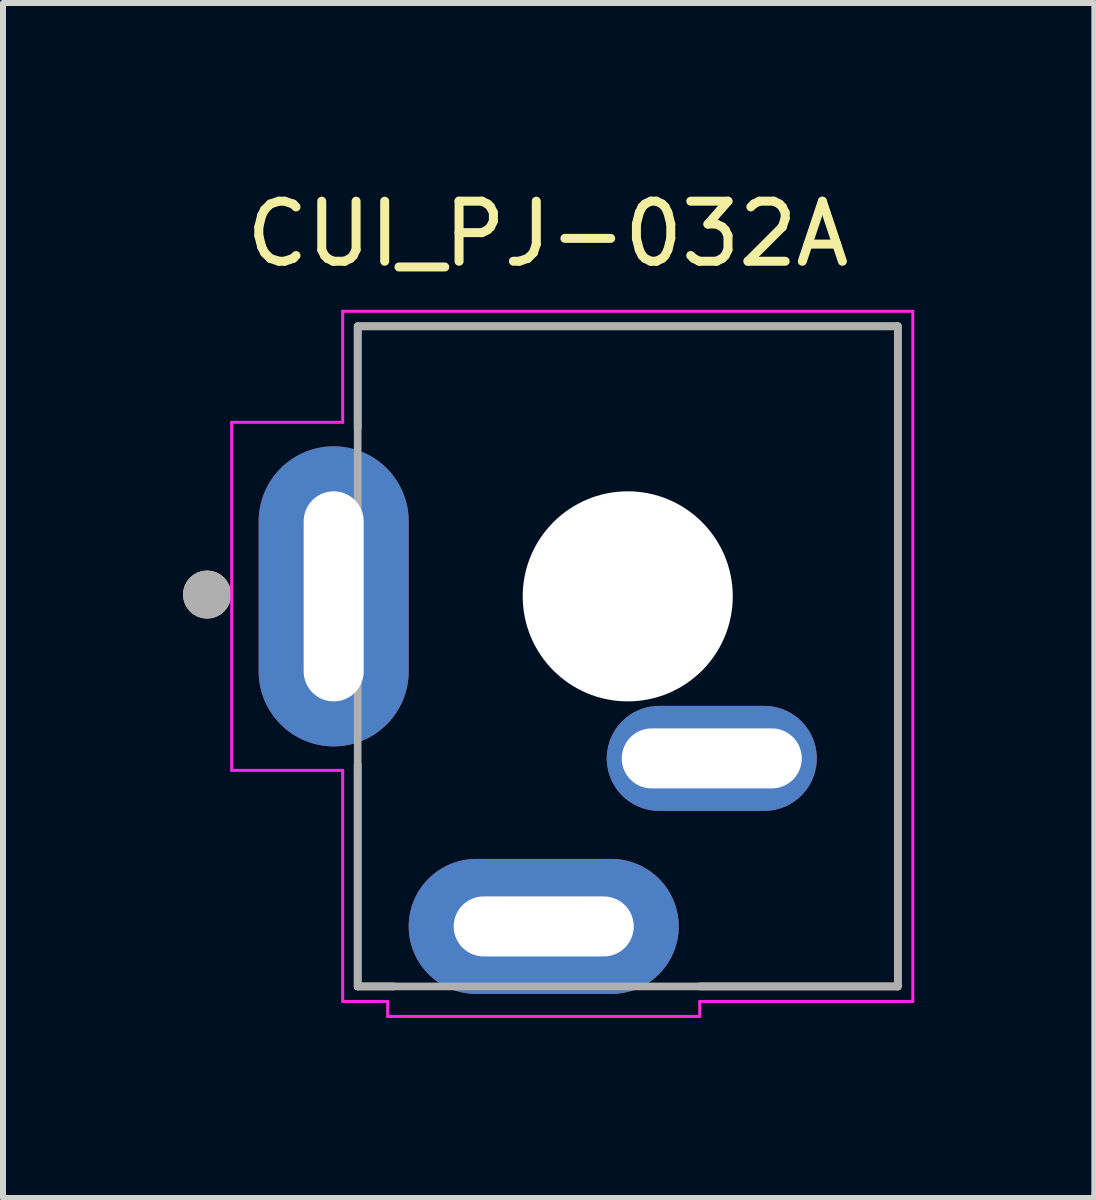
<source format=kicad_pcb>
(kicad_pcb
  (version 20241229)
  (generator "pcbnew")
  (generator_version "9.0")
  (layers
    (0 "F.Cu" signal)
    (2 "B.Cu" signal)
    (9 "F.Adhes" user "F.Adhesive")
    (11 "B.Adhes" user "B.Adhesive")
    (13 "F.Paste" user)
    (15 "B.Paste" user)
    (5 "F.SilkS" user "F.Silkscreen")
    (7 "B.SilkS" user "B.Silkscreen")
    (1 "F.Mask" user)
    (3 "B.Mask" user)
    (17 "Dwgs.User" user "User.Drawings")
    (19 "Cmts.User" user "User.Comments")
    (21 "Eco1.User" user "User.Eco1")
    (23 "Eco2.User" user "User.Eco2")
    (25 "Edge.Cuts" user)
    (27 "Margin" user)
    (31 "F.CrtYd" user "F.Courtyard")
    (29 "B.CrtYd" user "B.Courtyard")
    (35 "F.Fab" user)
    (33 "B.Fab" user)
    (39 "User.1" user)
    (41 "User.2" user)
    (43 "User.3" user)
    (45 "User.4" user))
  (footprint "CUI_PJ-032A"
    (layer "F.Cu")
    (at 7.41 6.887)
    (property "Reference" "CUI_PJ-032A" (at -1.333 -6.039 0) (layer "F.SilkS") (effects (font (size 1.001 1.001) (thickness 0.15))))
    (attr through_hole)
    (fp_line (start -4.5 -4.5) (end 4.5 -4.5) (stroke (width 0.127) (type solid)) (layer "F.SilkS"))
    (fp_line (start -4.5 -2.8) (end -4.5 -4.5) (stroke (width 0.127) (type solid)) (layer "F.SilkS"))
    (fp_line (start -4.5 6.5) (end -4.5 2.8) (stroke (width 0.127) (type solid)) (layer "F.SilkS"))
    (fp_line (start -3.9 6.5) (end -4.5 6.5) (stroke (width 0.127) (type solid)) (layer "F.SilkS"))
    (fp_line (start 4.5 -4.5) (end 4.5 6.5) (stroke (width 0.127) (type solid)) (layer "F.SilkS"))
    (fp_line (start 4.5 6.5) (end 1.2 6.5) (stroke (width 0.127) (type solid)) (layer "F.SilkS"))
    (fp_circle (center -7.01 -0.03) (end -6.81 -0.03) (stroke (width 0.4) (type solid)) (fill no) (layer "F.SilkS"))
    (fp_line (start -6.6 -2.9) (end -6.6 2.9) (stroke (width 0.05) (type solid)) (layer "F.CrtYd"))
    (fp_line (start -6.6 2.9) (end -4.75 2.9) (stroke (width 0.05) (type solid)) (layer "F.CrtYd"))
    (fp_line (start -4.75 -4.75) (end 4.75 -4.75) (stroke (width 0.05) (type solid)) (layer "F.CrtYd"))
    (fp_line (start -4.75 -2.9) (end -6.6 -2.9) (stroke (width 0.05) (type solid)) (layer "F.CrtYd"))
    (fp_line (start -4.75 -2.9) (end -4.75 -4.75) (stroke (width 0.05) (type solid)) (layer "F.CrtYd"))
    (fp_line (start -4.75 6.75) (end -4.75 2.9) (stroke (width 0.05) (type solid)) (layer "F.CrtYd"))
    (fp_line (start -4 6.75) (end -4.75 6.75) (stroke (width 0.05) (type solid)) (layer "F.CrtYd"))
    (fp_line (start -4 6.75) (end -4 7) (stroke (width 0.05) (type solid)) (layer "F.CrtYd"))
    (fp_line (start -4 7) (end 1.2 7) (stroke (width 0.05) (type solid)) (layer "F.CrtYd"))
    (fp_line (start 1.2 7) (end 1.2 6.75) (stroke (width 0.05) (type solid)) (layer "F.CrtYd"))
    (fp_line (start 4.75 -4.75) (end 4.75 6.75) (stroke (width 0.05) (type solid)) (layer "F.CrtYd"))
    (fp_line (start 4.75 6.75) (end 1.2 6.75) (stroke (width 0.05) (type solid)) (layer "F.CrtYd"))
    (fp_line (start -4.5 -4.5) (end 4.5 -4.5) (stroke (width 0.127) (type solid)) (layer "F.Fab"))
    (fp_line (start -4.5 6.5) (end -4.5 -4.5) (stroke (width 0.127) (type solid)) (layer "F.Fab"))
    (fp_line (start 4.5 -4.5) (end 4.5 6.5) (stroke (width 0.127) (type solid)) (layer "F.Fab"))
    (fp_line (start 4.5 6.5) (end -4.5 6.5) (stroke (width 0.127) (type solid)) (layer "F.Fab"))
    (fp_circle (center -7.01 -0.03) (end -6.81 -0.03) (stroke (width 0.4) (type solid)) (fill no) (layer "F.Fab"))
    (pad "" np_thru_hole circle (at 0 0) (size 3.5 3.5) (drill 3.5) (layers "*.Cu" "*.Mask"))
    (pad "1" thru_hole oval (at -4.9 0) (size 2.5 5) (drill oval 1 3.5) (layers "*.Cu" "*.Mask"))
    (pad "2" thru_hole oval (at -1.4 5.5) (size 4.5 2.25) (drill oval 3 1) (layers "*.Cu" "*.Mask"))
    (pad "3" thru_hole oval (at 1.4 2.7) (size 3.5 1.75) (drill oval 3 1) (layers "*.Cu" "*.Mask")))
  (gr_rect
    (start -3 -3)
    (end 15.185 16.912)
    (stroke (width 0.1) (type default))
    (fill no)
    (layer "Edge.Cuts")))
</source>
